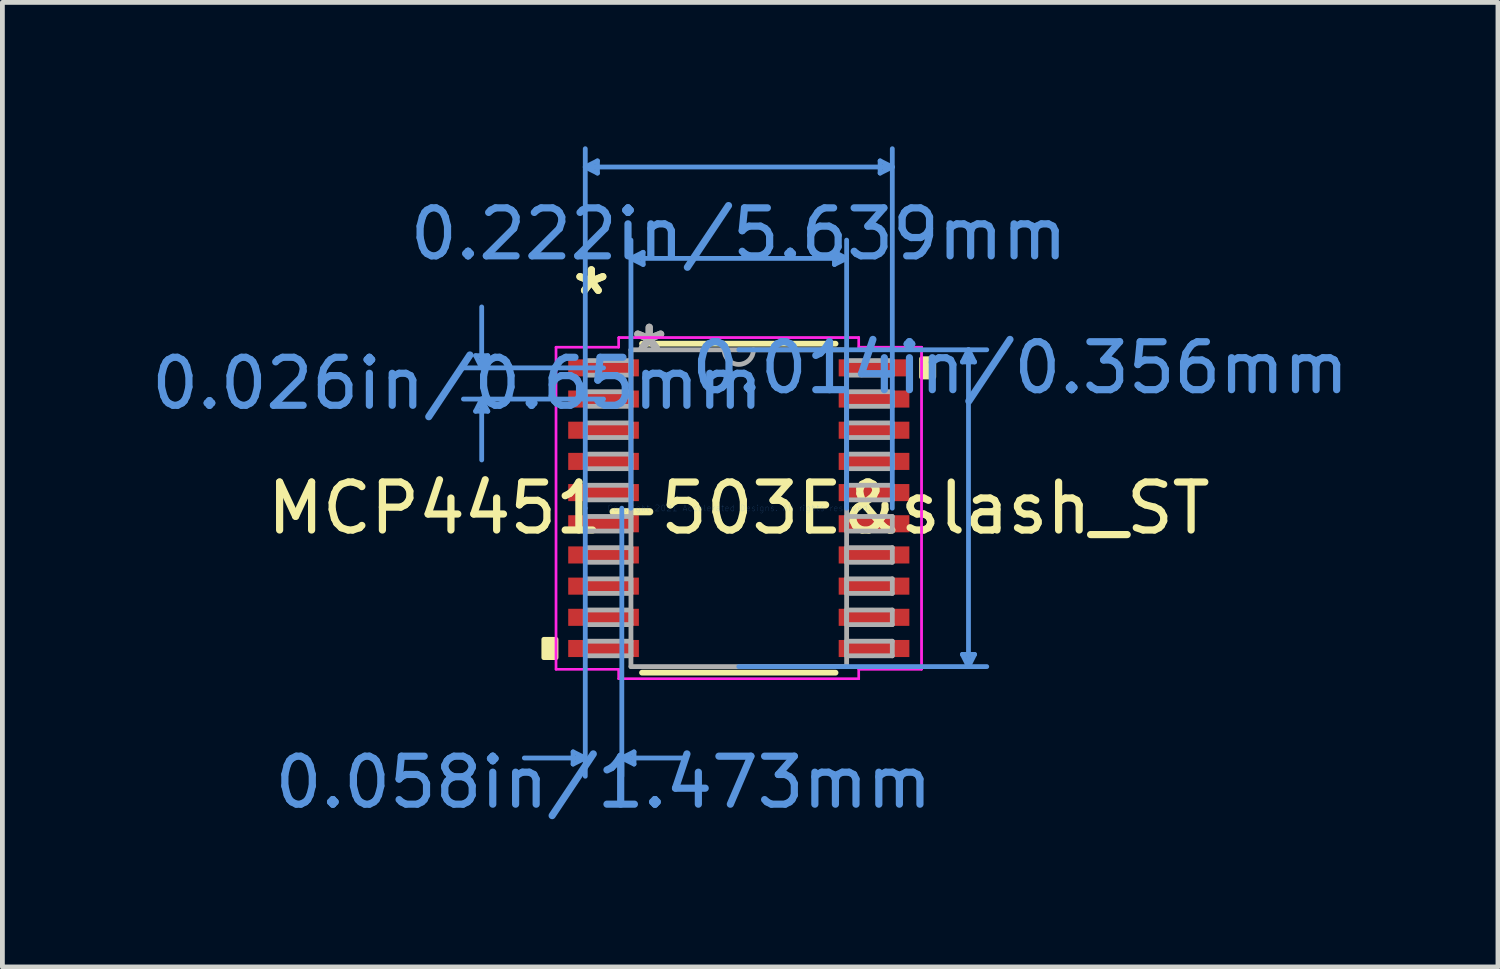
<source format=kicad_pcb>
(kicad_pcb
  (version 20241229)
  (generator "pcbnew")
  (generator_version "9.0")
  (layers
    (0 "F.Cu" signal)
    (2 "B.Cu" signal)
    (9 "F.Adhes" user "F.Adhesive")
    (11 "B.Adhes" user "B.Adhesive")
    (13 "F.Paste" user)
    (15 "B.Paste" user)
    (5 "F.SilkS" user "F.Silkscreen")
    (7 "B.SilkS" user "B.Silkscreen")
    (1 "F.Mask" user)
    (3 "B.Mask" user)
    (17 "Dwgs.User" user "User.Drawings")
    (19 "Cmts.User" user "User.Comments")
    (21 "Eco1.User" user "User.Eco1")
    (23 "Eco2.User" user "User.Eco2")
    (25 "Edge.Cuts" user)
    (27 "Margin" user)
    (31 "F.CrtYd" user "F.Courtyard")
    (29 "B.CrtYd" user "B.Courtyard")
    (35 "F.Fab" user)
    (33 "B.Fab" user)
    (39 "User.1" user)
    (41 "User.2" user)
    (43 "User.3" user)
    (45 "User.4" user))
  (footprint "MCP4451-503E&slash_ST"
    (layer "F.Cu")
    (at 12.35 7.543)
    (property "Reference" "MCP4451-503E&slash_ST" (at 0 0 0) (layer "F.SilkS") (effects (font (size 1 1) (thickness 0.15))))
    (attr through_hole)
    (fp_line (start -2.017 3.429) (end 2.017 3.429) (stroke (width 0.12) (type solid)) (layer "F.SilkS"))
    (fp_line (start 2.017 -3.429) (end -2.017 -3.429) (stroke (width 0.12) (type solid)) (layer "F.SilkS"))
    (fp_poly (pts (xy -4.064 2.734) (xy -4.064 3.115) (xy -3.81 3.115) (xy -3.81 2.734)) (stroke (width 0.1) (type solid)) (fill yes) (layer "F.SilkS"))
    (fp_poly (pts (xy 4.064 -3.115) (xy 4.064 -2.734) (xy 3.81 -2.734) (xy 3.81 -3.115)) (stroke (width 0.1) (type solid)) (fill yes) (layer "F.SilkS"))
    (fp_line (start -5.486 -3.179) (end -5.232 -3.179) (stroke (width 0.1) (type solid)) (layer "Cmts.User"))
    (fp_line (start -5.486 -2.021) (end -5.232 -2.021) (stroke (width 0.1) (type solid)) (layer "Cmts.User"))
    (fp_line (start -5.359 -2.925) (end -5.486 -3.179) (stroke (width 0.1) (type solid)) (layer "Cmts.User"))
    (fp_line (start -5.359 -2.925) (end -5.359 -4.195) (stroke (width 0.1) (type solid)) (layer "Cmts.User"))
    (fp_line (start -5.359 -2.925) (end -5.232 -3.179) (stroke (width 0.1) (type solid)) (layer "Cmts.User"))
    (fp_line (start -5.359 -2.275) (end -5.486 -2.021) (stroke (width 0.1) (type solid)) (layer "Cmts.User"))
    (fp_line (start -5.359 -2.275) (end -5.359 -1.005) (stroke (width 0.1) (type solid)) (layer "Cmts.User"))
    (fp_line (start -5.359 -2.275) (end -5.232 -2.021) (stroke (width 0.1) (type solid)) (layer "Cmts.User"))
    (fp_line (start -3.454 5.08) (end -3.454 5.334) (stroke (width 0.1) (type solid)) (layer "Cmts.User"))
    (fp_line (start -3.2 -7.112) (end -2.946 -7.239) (stroke (width 0.1) (type solid)) (layer "Cmts.User"))
    (fp_line (start -3.2 -7.112) (end -2.946 -6.985) (stroke (width 0.1) (type solid)) (layer "Cmts.User"))
    (fp_line (start -3.2 -7.112) (end 3.2 -7.112) (stroke (width 0.1) (type solid)) (layer "Cmts.User"))
    (fp_line (start -3.2 0) (end -3.2 -7.493) (stroke (width 0.1) (type solid)) (layer "Cmts.User"))
    (fp_line (start -3.2 0) (end -3.2 5.588) (stroke (width 0.1) (type solid)) (layer "Cmts.User"))
    (fp_line (start -3.2 5.207) (end -4.47 5.207) (stroke (width 0.1) (type solid)) (layer "Cmts.User"))
    (fp_line (start -3.2 5.207) (end -3.454 5.08) (stroke (width 0.1) (type solid)) (layer "Cmts.User"))
    (fp_line (start -3.2 5.207) (end -3.454 5.334) (stroke (width 0.1) (type solid)) (layer "Cmts.User"))
    (fp_line (start -2.946 -7.239) (end -2.946 -6.985) (stroke (width 0.1) (type solid)) (layer "Cmts.User"))
    (fp_line (start -2.819 -2.925) (end -5.74 -2.925) (stroke (width 0.1) (type solid)) (layer "Cmts.User"))
    (fp_line (start -2.819 -2.275) (end -5.74 -2.275) (stroke (width 0.1) (type solid)) (layer "Cmts.User"))
    (fp_line (start -2.438 0) (end -2.438 5.588) (stroke (width 0.1) (type solid)) (layer "Cmts.User"))
    (fp_line (start -2.438 5.207) (end -2.184 5.08) (stroke (width 0.1) (type solid)) (layer "Cmts.User"))
    (fp_line (start -2.438 5.207) (end -2.184 5.334) (stroke (width 0.1) (type solid)) (layer "Cmts.User"))
    (fp_line (start -2.438 5.207) (end -1.168 5.207) (stroke (width 0.1) (type solid)) (layer "Cmts.User"))
    (fp_line (start -2.248 -5.207) (end -1.994 -5.334) (stroke (width 0.1) (type solid)) (layer "Cmts.User"))
    (fp_line (start -2.248 -5.207) (end -1.994 -5.08) (stroke (width 0.1) (type solid)) (layer "Cmts.User"))
    (fp_line (start -2.248 -5.207) (end 2.248 -5.207) (stroke (width 0.1) (type solid)) (layer "Cmts.User"))
    (fp_line (start -2.248 0) (end -2.248 -5.588) (stroke (width 0.1) (type solid)) (layer "Cmts.User"))
    (fp_line (start -2.184 5.08) (end -2.184 5.334) (stroke (width 0.1) (type solid)) (layer "Cmts.User"))
    (fp_line (start -1.994 -5.334) (end -1.994 -5.08) (stroke (width 0.1) (type solid)) (layer "Cmts.User"))
    (fp_line (start 0 -3.302) (end 5.169 -3.302) (stroke (width 0.1) (type solid)) (layer "Cmts.User"))
    (fp_line (start 0 3.302) (end 5.169 3.302) (stroke (width 0.1) (type solid)) (layer "Cmts.User"))
    (fp_line (start 1.994 -5.334) (end 1.994 -5.08) (stroke (width 0.1) (type solid)) (layer "Cmts.User"))
    (fp_line (start 2.248 -5.207) (end 1.994 -5.334) (stroke (width 0.1) (type solid)) (layer "Cmts.User"))
    (fp_line (start 2.248 -5.207) (end 1.994 -5.08) (stroke (width 0.1) (type solid)) (layer "Cmts.User"))
    (fp_line (start 2.248 0) (end 2.248 -5.588) (stroke (width 0.1) (type solid)) (layer "Cmts.User"))
    (fp_line (start 2.946 -7.239) (end 2.946 -6.985) (stroke (width 0.1) (type solid)) (layer "Cmts.User"))
    (fp_line (start 3.2 -7.112) (end 2.946 -7.239) (stroke (width 0.1) (type solid)) (layer "Cmts.User"))
    (fp_line (start 3.2 -7.112) (end 2.946 -6.985) (stroke (width 0.1) (type solid)) (layer "Cmts.User"))
    (fp_line (start 3.2 0) (end 3.2 -7.493) (stroke (width 0.1) (type solid)) (layer "Cmts.User"))
    (fp_line (start 4.661 -3.048) (end 4.915 -3.048) (stroke (width 0.1) (type solid)) (layer "Cmts.User"))
    (fp_line (start 4.661 3.048) (end 4.915 3.048) (stroke (width 0.1) (type solid)) (layer "Cmts.User"))
    (fp_line (start 4.788 -3.302) (end 4.661 -3.048) (stroke (width 0.1) (type solid)) (layer "Cmts.User"))
    (fp_line (start 4.788 -3.302) (end 4.788 3.302) (stroke (width 0.1) (type solid)) (layer "Cmts.User"))
    (fp_line (start 4.788 -3.302) (end 4.915 -3.048) (stroke (width 0.1) (type solid)) (layer "Cmts.User"))
    (fp_line (start 4.788 3.302) (end 4.661 3.048) (stroke (width 0.1) (type solid)) (layer "Cmts.User"))
    (fp_line (start 4.788 3.302) (end 4.915 3.048) (stroke (width 0.1) (type solid)) (layer "Cmts.User"))
    (fp_line (start -3.81 -3.357) (end -2.502 -3.357) (stroke (width 0.05) (type solid)) (layer "F.CrtYd"))
    (fp_line (start -3.81 -3.357) (end -2.502 -3.357) (stroke (width 0.05) (type solid)) (layer "F.CrtYd"))
    (fp_line (start -3.81 3.357) (end -3.81 -3.357) (stroke (width 0.05) (type solid)) (layer "F.CrtYd"))
    (fp_line (start -3.81 3.357) (end -3.81 -3.357) (stroke (width 0.05) (type solid)) (layer "F.CrtYd"))
    (fp_line (start -3.81 3.357) (end -2.502 3.357) (stroke (width 0.05) (type solid)) (layer "F.CrtYd"))
    (fp_line (start -2.502 -3.556) (end 2.502 -3.556) (stroke (width 0.05) (type solid)) (layer "F.CrtYd"))
    (fp_line (start -2.502 -3.556) (end 2.502 -3.556) (stroke (width 0.05) (type solid)) (layer "F.CrtYd"))
    (fp_line (start -2.502 -3.357) (end -2.502 -3.556) (stroke (width 0.05) (type solid)) (layer "F.CrtYd"))
    (fp_line (start -2.502 -3.357) (end -2.502 -3.556) (stroke (width 0.05) (type solid)) (layer "F.CrtYd"))
    (fp_line (start -2.502 3.357) (end -3.81 3.357) (stroke (width 0.05) (type solid)) (layer "F.CrtYd"))
    (fp_line (start -2.502 3.556) (end -2.502 3.357) (stroke (width 0.05) (type solid)) (layer "F.CrtYd"))
    (fp_line (start -2.502 3.556) (end -2.502 3.357) (stroke (width 0.05) (type solid)) (layer "F.CrtYd"))
    (fp_line (start 2.502 -3.556) (end 2.502 -3.357) (stroke (width 0.05) (type solid)) (layer "F.CrtYd"))
    (fp_line (start 2.502 -3.556) (end 2.502 -3.357) (stroke (width 0.05) (type solid)) (layer "F.CrtYd"))
    (fp_line (start 2.502 -3.357) (end 3.81 -3.357) (stroke (width 0.05) (type solid)) (layer "F.CrtYd"))
    (fp_line (start 2.502 3.357) (end 2.502 3.556) (stroke (width 0.05) (type solid)) (layer "F.CrtYd"))
    (fp_line (start 2.502 3.357) (end 2.502 3.556) (stroke (width 0.05) (type solid)) (layer "F.CrtYd"))
    (fp_line (start 2.502 3.556) (end -2.502 3.556) (stroke (width 0.05) (type solid)) (layer "F.CrtYd"))
    (fp_line (start 2.502 3.556) (end -2.502 3.556) (stroke (width 0.05) (type solid)) (layer "F.CrtYd"))
    (fp_line (start 3.81 -3.357) (end 2.502 -3.357) (stroke (width 0.05) (type solid)) (layer "F.CrtYd"))
    (fp_line (start 3.81 -3.357) (end 3.81 3.357) (stroke (width 0.05) (type solid)) (layer "F.CrtYd"))
    (fp_line (start 3.81 -3.357) (end 3.81 3.357) (stroke (width 0.05) (type solid)) (layer "F.CrtYd"))
    (fp_line (start 3.81 3.357) (end 2.502 3.357) (stroke (width 0.05) (type solid)) (layer "F.CrtYd"))
    (fp_line (start 3.81 3.357) (end 2.502 3.357) (stroke (width 0.05) (type solid)) (layer "F.CrtYd"))
    (fp_line (start -3.2 -3.077) (end -3.2 -2.773) (stroke (width 0.1) (type solid)) (layer "F.Fab"))
    (fp_line (start -3.2 -2.773) (end -2.248 -2.773) (stroke (width 0.1) (type solid)) (layer "F.Fab"))
    (fp_line (start -3.2 -2.427) (end -3.2 -2.123) (stroke (width 0.1) (type solid)) (layer "F.Fab"))
    (fp_line (start -3.2 -2.123) (end -2.248 -2.123) (stroke (width 0.1) (type solid)) (layer "F.Fab"))
    (fp_line (start -3.2 -1.777) (end -3.2 -1.473) (stroke (width 0.1) (type solid)) (layer "F.Fab"))
    (fp_line (start -3.2 -1.473) (end -2.248 -1.473) (stroke (width 0.1) (type solid)) (layer "F.Fab"))
    (fp_line (start -3.2 -1.127) (end -3.2 -0.823) (stroke (width 0.1) (type solid)) (layer "F.Fab"))
    (fp_line (start -3.2 -0.823) (end -2.248 -0.823) (stroke (width 0.1) (type solid)) (layer "F.Fab"))
    (fp_line (start -3.2 -0.477) (end -3.2 -0.173) (stroke (width 0.1) (type solid)) (layer "F.Fab"))
    (fp_line (start -3.2 -0.173) (end -2.248 -0.173) (stroke (width 0.1) (type solid)) (layer "F.Fab"))
    (fp_line (start -3.2 0.173) (end -3.2 0.477) (stroke (width 0.1) (type solid)) (layer "F.Fab"))
    (fp_line (start -3.2 0.477) (end -2.248 0.477) (stroke (width 0.1) (type solid)) (layer "F.Fab"))
    (fp_line (start -3.2 0.823) (end -3.2 1.127) (stroke (width 0.1) (type solid)) (layer "F.Fab"))
    (fp_line (start -3.2 1.127) (end -2.248 1.127) (stroke (width 0.1) (type solid)) (layer "F.Fab"))
    (fp_line (start -3.2 1.473) (end -3.2 1.777) (stroke (width 0.1) (type solid)) (layer "F.Fab"))
    (fp_line (start -3.2 1.777) (end -2.248 1.777) (stroke (width 0.1) (type solid)) (layer "F.Fab"))
    (fp_line (start -3.2 2.123) (end -3.2 2.427) (stroke (width 0.1) (type solid)) (layer "F.Fab"))
    (fp_line (start -3.2 2.427) (end -2.248 2.427) (stroke (width 0.1) (type solid)) (layer "F.Fab"))
    (fp_line (start -3.2 2.773) (end -3.2 3.077) (stroke (width 0.1) (type solid)) (layer "F.Fab"))
    (fp_line (start -3.2 3.077) (end -2.248 3.077) (stroke (width 0.1) (type solid)) (layer "F.Fab"))
    (fp_line (start -2.248 -3.302) (end -2.248 3.302) (stroke (width 0.1) (type solid)) (layer "F.Fab"))
    (fp_line (start -2.248 -3.077) (end -3.2 -3.077) (stroke (width 0.1) (type solid)) (layer "F.Fab"))
    (fp_line (start -2.248 -2.773) (end -2.248 -3.077) (stroke (width 0.1) (type solid)) (layer "F.Fab"))
    (fp_line (start -2.248 -2.427) (end -3.2 -2.427) (stroke (width 0.1) (type solid)) (layer "F.Fab"))
    (fp_line (start -2.248 -2.123) (end -2.248 -2.427) (stroke (width 0.1) (type solid)) (layer "F.Fab"))
    (fp_line (start -2.248 -1.777) (end -3.2 -1.777) (stroke (width 0.1) (type solid)) (layer "F.Fab"))
    (fp_line (start -2.248 -1.473) (end -2.248 -1.777) (stroke (width 0.1) (type solid)) (layer "F.Fab"))
    (fp_line (start -2.248 -1.127) (end -3.2 -1.127) (stroke (width 0.1) (type solid)) (layer "F.Fab"))
    (fp_line (start -2.248 -0.823) (end -2.248 -1.127) (stroke (width 0.1) (type solid)) (layer "F.Fab"))
    (fp_line (start -2.248 -0.477) (end -3.2 -0.477) (stroke (width 0.1) (type solid)) (layer "F.Fab"))
    (fp_line (start -2.248 -0.173) (end -2.248 -0.477) (stroke (width 0.1) (type solid)) (layer "F.Fab"))
    (fp_line (start -2.248 0.173) (end -3.2 0.173) (stroke (width 0.1) (type solid)) (layer "F.Fab"))
    (fp_line (start -2.248 0.477) (end -2.248 0.173) (stroke (width 0.1) (type solid)) (layer "F.Fab"))
    (fp_line (start -2.248 0.823) (end -3.2 0.823) (stroke (width 0.1) (type solid)) (layer "F.Fab"))
    (fp_line (start -2.248 1.127) (end -2.248 0.823) (stroke (width 0.1) (type solid)) (layer "F.Fab"))
    (fp_line (start -2.248 1.473) (end -3.2 1.473) (stroke (width 0.1) (type solid)) (layer "F.Fab"))
    (fp_line (start -2.248 1.777) (end -2.248 1.473) (stroke (width 0.1) (type solid)) (layer "F.Fab"))
    (fp_line (start -2.248 2.123) (end -3.2 2.123) (stroke (width 0.1) (type solid)) (layer "F.Fab"))
    (fp_line (start -2.248 2.427) (end -2.248 2.123) (stroke (width 0.1) (type solid)) (layer "F.Fab"))
    (fp_line (start -2.248 2.773) (end -3.2 2.773) (stroke (width 0.1) (type solid)) (layer "F.Fab"))
    (fp_line (start -2.248 3.077) (end -2.248 2.773) (stroke (width 0.1) (type solid)) (layer "F.Fab"))
    (fp_line (start -2.248 3.302) (end 2.248 3.302) (stroke (width 0.1) (type solid)) (layer "F.Fab"))
    (fp_line (start 2.248 -3.302) (end -2.248 -3.302) (stroke (width 0.1) (type solid)) (layer "F.Fab"))
    (fp_line (start 2.248 -3.077) (end 2.248 -2.773) (stroke (width 0.1) (type solid)) (layer "F.Fab"))
    (fp_line (start 2.248 -2.773) (end 3.2 -2.773) (stroke (width 0.1) (type solid)) (layer "F.Fab"))
    (fp_line (start 2.248 -2.427) (end 2.248 -2.123) (stroke (width 0.1) (type solid)) (layer "F.Fab"))
    (fp_line (start 2.248 -2.123) (end 3.2 -2.123) (stroke (width 0.1) (type solid)) (layer "F.Fab"))
    (fp_line (start 2.248 -1.777) (end 2.248 -1.473) (stroke (width 0.1) (type solid)) (layer "F.Fab"))
    (fp_line (start 2.248 -1.473) (end 3.2 -1.473) (stroke (width 0.1) (type solid)) (layer "F.Fab"))
    (fp_line (start 2.248 -1.127) (end 2.248 -0.823) (stroke (width 0.1) (type solid)) (layer "F.Fab"))
    (fp_line (start 2.248 -0.823) (end 3.2 -0.823) (stroke (width 0.1) (type solid)) (layer "F.Fab"))
    (fp_line (start 2.248 -0.477) (end 2.248 -0.173) (stroke (width 0.1) (type solid)) (layer "F.Fab"))
    (fp_line (start 2.248 -0.173) (end 3.2 -0.173) (stroke (width 0.1) (type solid)) (layer "F.Fab"))
    (fp_line (start 2.248 0.173) (end 2.248 0.477) (stroke (width 0.1) (type solid)) (layer "F.Fab"))
    (fp_line (start 2.248 0.477) (end 3.2 0.477) (stroke (width 0.1) (type solid)) (layer "F.Fab"))
    (fp_line (start 2.248 0.823) (end 2.248 1.127) (stroke (width 0.1) (type solid)) (layer "F.Fab"))
    (fp_line (start 2.248 1.127) (end 3.2 1.127) (stroke (width 0.1) (type solid)) (layer "F.Fab"))
    (fp_line (start 2.248 1.473) (end 2.248 1.777) (stroke (width 0.1) (type solid)) (layer "F.Fab"))
    (fp_line (start 2.248 1.777) (end 3.2 1.777) (stroke (width 0.1) (type solid)) (layer "F.Fab"))
    (fp_line (start 2.248 2.123) (end 2.248 2.427) (stroke (width 0.1) (type solid)) (layer "F.Fab"))
    (fp_line (start 2.248 2.427) (end 3.2 2.427) (stroke (width 0.1) (type solid)) (layer "F.Fab"))
    (fp_line (start 2.248 2.773) (end 2.248 3.077) (stroke (width 0.1) (type solid)) (layer "F.Fab"))
    (fp_line (start 2.248 3.077) (end 3.2 3.077) (stroke (width 0.1) (type solid)) (layer "F.Fab"))
    (fp_line (start 2.248 3.302) (end 2.248 -3.302) (stroke (width 0.1) (type solid)) (layer "F.Fab"))
    (fp_line (start 3.2 -3.077) (end 2.248 -3.077) (stroke (width 0.1) (type solid)) (layer "F.Fab"))
    (fp_line (start 3.2 -2.773) (end 3.2 -3.077) (stroke (width 0.1) (type solid)) (layer "F.Fab"))
    (fp_line (start 3.2 -2.427) (end 2.248 -2.427) (stroke (width 0.1) (type solid)) (layer "F.Fab"))
    (fp_line (start 3.2 -2.123) (end 3.2 -2.427) (stroke (width 0.1) (type solid)) (layer "F.Fab"))
    (fp_line (start 3.2 -1.777) (end 2.248 -1.777) (stroke (width 0.1) (type solid)) (layer "F.Fab"))
    (fp_line (start 3.2 -1.473) (end 3.2 -1.777) (stroke (width 0.1) (type solid)) (layer "F.Fab"))
    (fp_line (start 3.2 -1.127) (end 2.248 -1.127) (stroke (width 0.1) (type solid)) (layer "F.Fab"))
    (fp_line (start 3.2 -0.823) (end 3.2 -1.127) (stroke (width 0.1) (type solid)) (layer "F.Fab"))
    (fp_line (start 3.2 -0.477) (end 2.248 -0.477) (stroke (width 0.1) (type solid)) (layer "F.Fab"))
    (fp_line (start 3.2 -0.173) (end 3.2 -0.477) (stroke (width 0.1) (type solid)) (layer "F.Fab"))
    (fp_line (start 3.2 0.173) (end 2.248 0.173) (stroke (width 0.1) (type solid)) (layer "F.Fab"))
    (fp_line (start 3.2 0.477) (end 3.2 0.173) (stroke (width 0.1) (type solid)) (layer "F.Fab"))
    (fp_line (start 3.2 0.823) (end 2.248 0.823) (stroke (width 0.1) (type solid)) (layer "F.Fab"))
    (fp_line (start 3.2 1.127) (end 3.2 0.823) (stroke (width 0.1) (type solid)) (layer "F.Fab"))
    (fp_line (start 3.2 1.473) (end 2.248 1.473) (stroke (width 0.1) (type solid)) (layer "F.Fab"))
    (fp_line (start 3.2 1.777) (end 3.2 1.473) (stroke (width 0.1) (type solid)) (layer "F.Fab"))
    (fp_line (start 3.2 2.123) (end 2.248 2.123) (stroke (width 0.1) (type solid)) (layer "F.Fab"))
    (fp_line (start 3.2 2.427) (end 3.2 2.123) (stroke (width 0.1) (type solid)) (layer "F.Fab"))
    (fp_line (start 3.2 2.773) (end 2.248 2.773) (stroke (width 0.1) (type solid)) (layer "F.Fab"))
    (fp_line (start 3.2 3.077) (end 3.2 2.773) (stroke (width 0.1) (type solid)) (layer "F.Fab"))
    (fp_arc (start 0.3048 -3.302) (mid 0 -2.9972) (end -0.3048 -3.302) (stroke (width 0.1) (type solid)) (layer "F.Fab"))
    (fp_text user "*" (at -3.073 -4.424 0) (layer "F.SilkS") (effects (font (size 1 1) (thickness 0.15))))
    (fp_text user "*" (at -3.073 -4.424 0) (layer "F.SilkS") (effects (font (size 1 1) (thickness 0.15))))
    (fp_text user "0.222in/5.639mm" (at 0 -5.715 0) (layer "Cmts.User") (effects (font (size 1 1) (thickness 0.15))))
    (fp_text user "0.026in/0.65mm" (at -5.867 -2.6 0) (layer "Cmts.User") (effects (font (size 1 1) (thickness 0.15))))
    (fp_text user "0.058in/1.473mm" (at -2.819 5.715 0) (layer "Cmts.User") (effects (font (size 1 1) (thickness 0.15))))
    (fp_text user "0.014in/0.356mm" (at 5.867 -2.925 0) (layer "Cmts.User") (effects (font (size 1 1) (thickness 0.15))))
    (fp_text user "Copyright 2021 Accelerated Designs. All rights reserved." (at 0 0 0) (layer "Cmts.User") (effects (font (size 0.127 0.127) (thickness 0.002))))
    (fp_text user "*" (at -1.867 -3.226 0) (layer "F.Fab") (effects (font (size 1 1) (thickness 0.15))))
    (fp_text user "*" (at -1.867 -3.226 0) (layer "F.Fab") (effects (font (size 1 1) (thickness 0.15))))
    (pad "1" smd rect (at -2.819 -2.925) (size 1.473 0.356) (layers "F.Cu" "F.Mask" "F.Paste"))
    (pad "2" smd rect (at -2.819 -2.275) (size 1.473 0.356) (layers "F.Cu" "F.Mask" "F.Paste"))
    (pad "3" smd rect (at -2.819 -1.625) (size 1.473 0.356) (layers "F.Cu" "F.Mask" "F.Paste"))
    (pad "4" smd rect (at -2.819 -0.975) (size 1.473 0.356) (layers "F.Cu" "F.Mask" "F.Paste"))
    (pad "5" smd rect (at -2.819 -0.325) (size 1.473 0.356) (layers "F.Cu" "F.Mask" "F.Paste"))
    (pad "6" smd rect (at -2.819 0.325) (size 1.473 0.356) (layers "F.Cu" "F.Mask" "F.Paste"))
    (pad "7" smd rect (at -2.819 0.975) (size 1.473 0.356) (layers "F.Cu" "F.Mask" "F.Paste"))
    (pad "8" smd rect (at -2.819 1.625) (size 1.473 0.356) (layers "F.Cu" "F.Mask" "F.Paste"))
    (pad "9" smd rect (at -2.819 2.275) (size 1.473 0.356) (layers "F.Cu" "F.Mask" "F.Paste"))
    (pad "10" smd rect (at -2.819 2.925) (size 1.473 0.356) (layers "F.Cu" "F.Mask" "F.Paste"))
    (pad "11" smd rect (at 2.819 2.925) (size 1.473 0.356) (layers "F.Cu" "F.Mask" "F.Paste"))
    (pad "12" smd rect (at 2.819 2.275) (size 1.473 0.356) (layers "F.Cu" "F.Mask" "F.Paste"))
    (pad "13" smd rect (at 2.819 1.625) (size 1.473 0.356) (layers "F.Cu" "F.Mask" "F.Paste"))
    (pad "14" smd rect (at 2.819 0.975) (size 1.473 0.356) (layers "F.Cu" "F.Mask" "F.Paste"))
    (pad "15" smd rect (at 2.819 0.325) (size 1.473 0.356) (layers "F.Cu" "F.Mask" "F.Paste"))
    (pad "16" smd rect (at 2.819 -0.325) (size 1.473 0.356) (layers "F.Cu" "F.Mask" "F.Paste"))
    (pad "17" smd rect (at 2.819 -0.975) (size 1.473 0.356) (layers "F.Cu" "F.Mask" "F.Paste"))
    (pad "18" smd rect (at 2.819 -1.625) (size 1.473 0.356) (layers "F.Cu" "F.Mask" "F.Paste"))
    (pad "19" smd rect (at 2.819 -2.275) (size 1.473 0.356) (layers "F.Cu" "F.Mask" "F.Paste"))
    (pad "20" smd rect (at 2.819 -2.925) (size 1.473 0.356) (layers "F.Cu" "F.Mask" "F.Paste")))
  (gr_rect
    (start -3 -3)
    (end 28.175 17.106)
    (stroke (width 0.1) (type default))
    (fill no)
    (layer "Edge.Cuts")))
</source>
